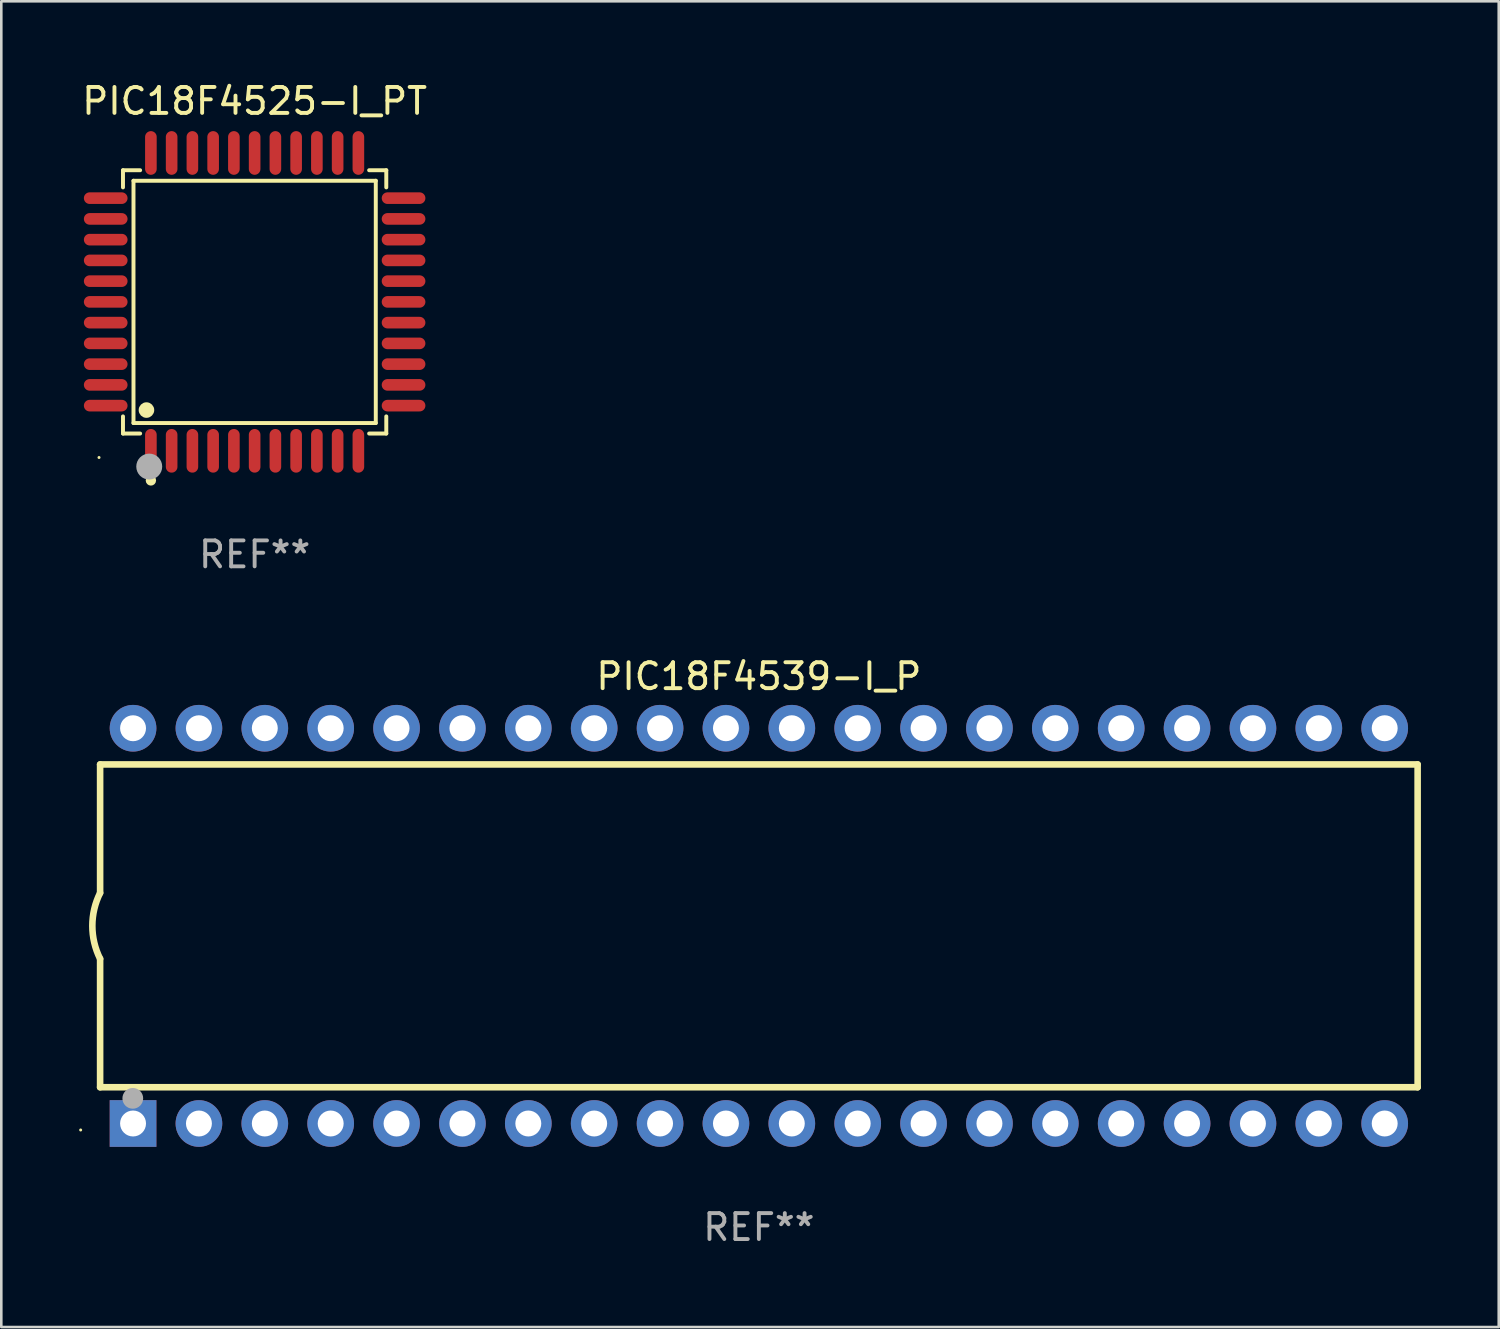
<source format=kicad_pcb>
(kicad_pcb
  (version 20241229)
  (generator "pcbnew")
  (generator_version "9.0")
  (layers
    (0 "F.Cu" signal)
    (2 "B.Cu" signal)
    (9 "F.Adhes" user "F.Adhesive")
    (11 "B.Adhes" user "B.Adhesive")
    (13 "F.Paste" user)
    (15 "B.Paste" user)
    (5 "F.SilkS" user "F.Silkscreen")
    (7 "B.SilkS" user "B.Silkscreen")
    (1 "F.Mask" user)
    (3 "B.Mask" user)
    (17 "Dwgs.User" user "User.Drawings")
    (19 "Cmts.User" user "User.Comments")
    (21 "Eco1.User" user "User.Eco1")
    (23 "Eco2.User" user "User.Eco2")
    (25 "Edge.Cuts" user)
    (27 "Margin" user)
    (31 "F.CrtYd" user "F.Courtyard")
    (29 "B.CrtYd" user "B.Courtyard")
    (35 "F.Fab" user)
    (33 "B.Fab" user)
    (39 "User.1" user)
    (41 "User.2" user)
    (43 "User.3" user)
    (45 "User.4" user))
  (footprint "PIC18F4525-I_PT"
    (layer "F.Cu")
    (at 6.768 8.59)
    (property "Reference" "PIC18F4525-I_PT" (at 0 -7.742 0) (layer "F.SilkS") (effects (font (size 1 1) (thickness 0.15))))
    (attr through_hole)
    (fp_line (start -5.076 -5.076) (end -4.415 -5.076) (stroke (width 0.152) (type solid)) (layer "F.SilkS"))
    (fp_line (start -5.076 -4.415) (end -5.076 -5.076) (stroke (width 0.152) (type solid)) (layer "F.SilkS"))
    (fp_line (start -5.076 4.415) (end -5.076 5.076) (stroke (width 0.152) (type solid)) (layer "F.SilkS"))
    (fp_line (start -5.076 5.076) (end -4.415 5.076) (stroke (width 0.152) (type solid)) (layer "F.SilkS"))
    (fp_line (start -4.671 -4.671) (end 4.671 -4.671) (stroke (width 0.152) (type solid)) (layer "F.SilkS"))
    (fp_line (start -4.671 4.671) (end -4.671 -4.671) (stroke (width 0.152) (type solid)) (layer "F.SilkS"))
    (fp_line (start 4.671 -4.671) (end 4.671 4.671) (stroke (width 0.152) (type solid)) (layer "F.SilkS"))
    (fp_line (start 4.671 4.671) (end -4.671 4.671) (stroke (width 0.152) (type solid)) (layer "F.SilkS"))
    (fp_line (start 5.076 -5.076) (end 4.415 -5.076) (stroke (width 0.152) (type solid)) (layer "F.SilkS"))
    (fp_line (start 5.076 -4.415) (end 5.076 -5.076) (stroke (width 0.152) (type solid)) (layer "F.SilkS"))
    (fp_line (start 5.076 4.415) (end 5.076 5.076) (stroke (width 0.152) (type solid)) (layer "F.SilkS"))
    (fp_line (start 5.076 5.076) (end 4.415 5.076) (stroke (width 0.152) (type solid)) (layer "F.SilkS"))
    (fp_circle (center -6 6) (end -5.97 6) (stroke (width 0.06) (type solid)) (fill no) (layer "F.SilkS"))
    (fp_circle (center -4.171 4.171) (end -4.021 4.171) (stroke (width 0.3) (type solid)) (fill no) (layer "F.SilkS"))
    (fp_circle (center -4 6.884) (end -3.9 6.884) (stroke (width 0.2) (type solid)) (fill no) (layer "F.SilkS"))
    (fp_circle (center -4.064 6.35) (end -3.814 6.35) (stroke (width 0.5) (type solid)) (fill no) (layer "F.Fab"))
    (fp_text user "REF**" (at 0 9.742 0) (layer "F.Fab") (effects (font (size 1 1) (thickness 0.15))))
    (pad "1" smd oval (at -4 5.742) (size 0.448 1.684) (layers "F.Cu" "F.Mask" "F.Paste"))
    (pad "2" smd oval (at -3.2 5.742) (size 0.448 1.684) (layers "F.Cu" "F.Mask" "F.Paste"))
    (pad "3" smd oval (at -2.4 5.742) (size 0.448 1.684) (layers "F.Cu" "F.Mask" "F.Paste"))
    (pad "4" smd oval (at -1.6 5.742) (size 0.448 1.684) (layers "F.Cu" "F.Mask" "F.Paste"))
    (pad "5" smd oval (at -0.8 5.742) (size 0.448 1.684) (layers "F.Cu" "F.Mask" "F.Paste"))
    (pad "6" smd oval (at 0 5.742) (size 0.448 1.684) (layers "F.Cu" "F.Mask" "F.Paste"))
    (pad "7" smd oval (at 0.8 5.742) (size 0.448 1.684) (layers "F.Cu" "F.Mask" "F.Paste"))
    (pad "8" smd oval (at 1.6 5.742) (size 0.448 1.684) (layers "F.Cu" "F.Mask" "F.Paste"))
    (pad "9" smd oval (at 2.4 5.742) (size 0.448 1.684) (layers "F.Cu" "F.Mask" "F.Paste"))
    (pad "10" smd oval (at 3.2 5.742) (size 0.448 1.684) (layers "F.Cu" "F.Mask" "F.Paste"))
    (pad "11" smd oval (at 4 5.742) (size 0.448 1.684) (layers "F.Cu" "F.Mask" "F.Paste"))
    (pad "12" smd oval (at 5.742 4) (size 1.684 0.448) (layers "F.Cu" "F.Mask" "F.Paste"))
    (pad "13" smd oval (at 5.742 3.2) (size 1.684 0.448) (layers "F.Cu" "F.Mask" "F.Paste"))
    (pad "14" smd oval (at 5.742 2.4) (size 1.684 0.448) (layers "F.Cu" "F.Mask" "F.Paste"))
    (pad "15" smd oval (at 5.742 1.6) (size 1.684 0.448) (layers "F.Cu" "F.Mask" "F.Paste"))
    (pad "16" smd oval (at 5.742 0.8) (size 1.684 0.448) (layers "F.Cu" "F.Mask" "F.Paste"))
    (pad "17" smd oval (at 5.742 0) (size 1.684 0.448) (layers "F.Cu" "F.Mask" "F.Paste"))
    (pad "18" smd oval (at 5.742 -0.8) (size 1.684 0.448) (layers "F.Cu" "F.Mask" "F.Paste"))
    (pad "19" smd oval (at 5.742 -1.6) (size 1.684 0.448) (layers "F.Cu" "F.Mask" "F.Paste"))
    (pad "20" smd oval (at 5.742 -2.4) (size 1.684 0.448) (layers "F.Cu" "F.Mask" "F.Paste"))
    (pad "21" smd oval (at 5.742 -3.2) (size 1.684 0.448) (layers "F.Cu" "F.Mask" "F.Paste"))
    (pad "22" smd oval (at 5.742 -4) (size 1.684 0.448) (layers "F.Cu" "F.Mask" "F.Paste"))
    (pad "23" smd oval (at 4 -5.742) (size 0.448 1.684) (layers "F.Cu" "F.Mask" "F.Paste"))
    (pad "24" smd oval (at 3.2 -5.742) (size 0.448 1.684) (layers "F.Cu" "F.Mask" "F.Paste"))
    (pad "25" smd oval (at 2.4 -5.742) (size 0.448 1.684) (layers "F.Cu" "F.Mask" "F.Paste"))
    (pad "26" smd oval (at 1.6 -5.742) (size 0.448 1.684) (layers "F.Cu" "F.Mask" "F.Paste"))
    (pad "27" smd oval (at 0.8 -5.742) (size 0.448 1.684) (layers "F.Cu" "F.Mask" "F.Paste"))
    (pad "28" smd oval (at 0 -5.742) (size 0.448 1.684) (layers "F.Cu" "F.Mask" "F.Paste"))
    (pad "29" smd oval (at -0.8 -5.742) (size 0.448 1.684) (layers "F.Cu" "F.Mask" "F.Paste"))
    (pad "30" smd oval (at -1.6 -5.742) (size 0.448 1.684) (layers "F.Cu" "F.Mask" "F.Paste"))
    (pad "31" smd oval (at -2.4 -5.742) (size 0.448 1.684) (layers "F.Cu" "F.Mask" "F.Paste"))
    (pad "32" smd oval (at -3.2 -5.742) (size 0.448 1.684) (layers "F.Cu" "F.Mask" "F.Paste"))
    (pad "33" smd oval (at -4 -5.742) (size 0.448 1.684) (layers "F.Cu" "F.Mask" "F.Paste"))
    (pad "34" smd oval (at -5.742 -4) (size 1.684 0.448) (layers "F.Cu" "F.Mask" "F.Paste"))
    (pad "35" smd oval (at -5.742 -3.2) (size 1.684 0.448) (layers "F.Cu" "F.Mask" "F.Paste"))
    (pad "36" smd oval (at -5.742 -2.4) (size 1.684 0.448) (layers "F.Cu" "F.Mask" "F.Paste"))
    (pad "37" smd oval (at -5.742 -1.6) (size 1.684 0.448) (layers "F.Cu" "F.Mask" "F.Paste"))
    (pad "38" smd oval (at -5.742 -0.8) (size 1.684 0.448) (layers "F.Cu" "F.Mask" "F.Paste"))
    (pad "39" smd oval (at -5.742 0) (size 1.684 0.448) (layers "F.Cu" "F.Mask" "F.Paste"))
    (pad "40" smd oval (at -5.742 0.8) (size 1.684 0.448) (layers "F.Cu" "F.Mask" "F.Paste"))
    (pad "41" smd oval (at -5.742 1.6) (size 1.684 0.448) (layers "F.Cu" "F.Mask" "F.Paste"))
    (pad "42" smd oval (at -5.742 2.4) (size 1.684 0.448) (layers "F.Cu" "F.Mask" "F.Paste"))
    (pad "43" smd oval (at -5.742 3.2) (size 1.684 0.448) (layers "F.Cu" "F.Mask" "F.Paste"))
    (pad "44" smd oval (at -5.742 4) (size 1.684 0.448) (layers "F.Cu" "F.Mask" "F.Paste")))
  (footprint "PIC18F4539-I_P"
    (layer "F.Cu")
    (at 26.21 32.649)
    (property "Reference" "PIC18F4539-I_P" (at 0 -9.62 0) (layer "F.SilkS") (effects (font (size 1 1) (thickness 0.15))))
    (attr through_hole)
    (fp_line (start -25.4 -6.224) (end -25.4 -1.271) (stroke (width 0.254) (type solid)) (layer "F.SilkS"))
    (fp_line (start -25.4 -6.224) (end 25.4 -6.224) (stroke (width 0.254) (type solid)) (layer "F.SilkS"))
    (fp_line (start -25.4 1.269) (end -25.4 6.222) (stroke (width 0.254) (type solid)) (layer "F.SilkS"))
    (fp_line (start -25.4 6.222) (end 25.4 6.222) (stroke (width 0.254) (type solid)) (layer "F.SilkS"))
    (fp_line (start 25.4 6.222) (end 25.4 -6.224) (stroke (width 0.254) (type solid)) (layer "F.SilkS"))
    (fp_arc (start -25.4 1.269241) (mid -25.699807 -0.000762) (end -25.4 -1.270765) (stroke (width 0.254001) (type solid)) (layer "F.SilkS"))
    (fp_circle (center -26.15 7.87) (end -26.12 7.87) (stroke (width 0.06) (type solid)) (fill no) (layer "F.SilkS"))
    (fp_circle (center -24.14 6.65) (end -23.94 6.65) (stroke (width 0.4) (type solid)) (fill no) (layer "F.Fab"))
    (fp_text user "REF**" (at 0 11.62 0) (layer "F.Fab") (effects (font (size 1 1) (thickness 0.15))))
    (pad "1" thru_hole rect (at -24.13 7.62 90) (size 1.8 1.8) (drill 1) (layers "*.Cu" "*.Mask"))
    (pad "2" thru_hole circle (at -21.59 7.62) (size 1.8 1.8) (drill 1) (layers "*.Cu" "*.Mask"))
    (pad "3" thru_hole circle (at -19.05 7.62) (size 1.8 1.8) (drill 1) (layers "*.Cu" "*.Mask"))
    (pad "4" thru_hole circle (at -16.51 7.62) (size 1.8 1.8) (drill 1) (layers "*.Cu" "*.Mask"))
    (pad "5" thru_hole circle (at -13.97 7.62) (size 1.8 1.8) (drill 1) (layers "*.Cu" "*.Mask"))
    (pad "6" thru_hole circle (at -11.43 7.62) (size 1.8 1.8) (drill 1) (layers "*.Cu" "*.Mask"))
    (pad "7" thru_hole circle (at -8.89 7.62) (size 1.8 1.8) (drill 1) (layers "*.Cu" "*.Mask"))
    (pad "8" thru_hole circle (at -6.35 7.62) (size 1.8 1.8) (drill 1) (layers "*.Cu" "*.Mask"))
    (pad "9" thru_hole circle (at -3.81 7.62) (size 1.8 1.8) (drill 1) (layers "*.Cu" "*.Mask"))
    (pad "10" thru_hole circle (at -1.27 7.62) (size 1.8 1.8) (drill 1) (layers "*.Cu" "*.Mask"))
    (pad "11" thru_hole circle (at 1.27 7.62) (size 1.8 1.8) (drill 1) (layers "*.Cu" "*.Mask"))
    (pad "12" thru_hole circle (at 3.81 7.62) (size 1.8 1.8) (drill 1) (layers "*.Cu" "*.Mask"))
    (pad "13" thru_hole circle (at 6.35 7.62) (size 1.8 1.8) (drill 1) (layers "*.Cu" "*.Mask"))
    (pad "14" thru_hole circle (at 8.89 7.62) (size 1.8 1.8) (drill 1) (layers "*.Cu" "*.Mask"))
    (pad "15" thru_hole circle (at 11.43 7.62) (size 1.8 1.8) (drill 1) (layers "*.Cu" "*.Mask"))
    (pad "16" thru_hole circle (at 13.97 7.62) (size 1.8 1.8) (drill 1) (layers "*.Cu" "*.Mask"))
    (pad "17" thru_hole circle (at 16.51 7.62) (size 1.8 1.8) (drill 1) (layers "*.Cu" "*.Mask"))
    (pad "18" thru_hole circle (at 19.05 7.62) (size 1.8 1.8) (drill 1) (layers "*.Cu" "*.Mask"))
    (pad "19" thru_hole circle (at 21.59 7.62) (size 1.8 1.8) (drill 1) (layers "*.Cu" "*.Mask"))
    (pad "20" thru_hole circle (at 24.13 7.62) (size 1.8 1.8) (drill 1) (layers "*.Cu" "*.Mask"))
    (pad "21" thru_hole circle (at 24.13 -7.62) (size 1.8 1.8) (drill 1) (layers "*.Cu" "*.Mask"))
    (pad "22" thru_hole circle (at 21.59 -7.62) (size 1.8 1.8) (drill 1) (layers "*.Cu" "*.Mask"))
    (pad "23" thru_hole circle (at 19.05 -7.62) (size 1.8 1.8) (drill 1) (layers "*.Cu" "*.Mask"))
    (pad "24" thru_hole circle (at 16.51 -7.62) (size 1.8 1.8) (drill 1) (layers "*.Cu" "*.Mask"))
    (pad "25" thru_hole circle (at 13.97 -7.62) (size 1.8 1.8) (drill 1) (layers "*.Cu" "*.Mask"))
    (pad "26" thru_hole circle (at 11.43 -7.62) (size 1.8 1.8) (drill 1) (layers "*.Cu" "*.Mask"))
    (pad "27" thru_hole circle (at 8.89 -7.62) (size 1.8 1.8) (drill 1) (layers "*.Cu" "*.Mask"))
    (pad "28" thru_hole circle (at 6.35 -7.62) (size 1.8 1.8) (drill 1) (layers "*.Cu" "*.Mask"))
    (pad "29" thru_hole circle (at 3.81 -7.62) (size 1.8 1.8) (drill 1) (layers "*.Cu" "*.Mask"))
    (pad "30" thru_hole circle (at 1.27 -7.62) (size 1.8 1.8) (drill 1) (layers "*.Cu" "*.Mask"))
    (pad "31" thru_hole circle (at -1.27 -7.62) (size 1.8 1.8) (drill 1) (layers "*.Cu" "*.Mask"))
    (pad "32" thru_hole circle (at -3.81 -7.62) (size 1.8 1.8) (drill 1) (layers "*.Cu" "*.Mask"))
    (pad "33" thru_hole circle (at -6.35 -7.62) (size 1.8 1.8) (drill 1) (layers "*.Cu" "*.Mask"))
    (pad "34" thru_hole circle (at -8.89 -7.62) (size 1.8 1.8) (drill 1) (layers "*.Cu" "*.Mask"))
    (pad "35" thru_hole circle (at -11.43 -7.62) (size 1.8 1.8) (drill 1) (layers "*.Cu" "*.Mask"))
    (pad "36" thru_hole circle (at -13.97 -7.62) (size 1.8 1.8) (drill 1) (layers "*.Cu" "*.Mask"))
    (pad "37" thru_hole circle (at -16.51 -7.62) (size 1.8 1.8) (drill 1) (layers "*.Cu" "*.Mask"))
    (pad "38" thru_hole circle (at -19.05 -7.62) (size 1.8 1.8) (drill 1) (layers "*.Cu" "*.Mask"))
    (pad "39" thru_hole circle (at -21.59 -7.62) (size 1.8 1.8) (drill 1) (layers "*.Cu" "*.Mask"))
    (pad "40" thru_hole circle (at -24.13 -7.62) (size 1.8 1.8) (drill 1) (layers "*.Cu" "*.Mask")))
  (gr_rect
    (start -3 -3)
    (end 54.737 48.117)
    (stroke (width 0.1) (type default))
    (fill no)
    (layer "Edge.Cuts")))
</source>
